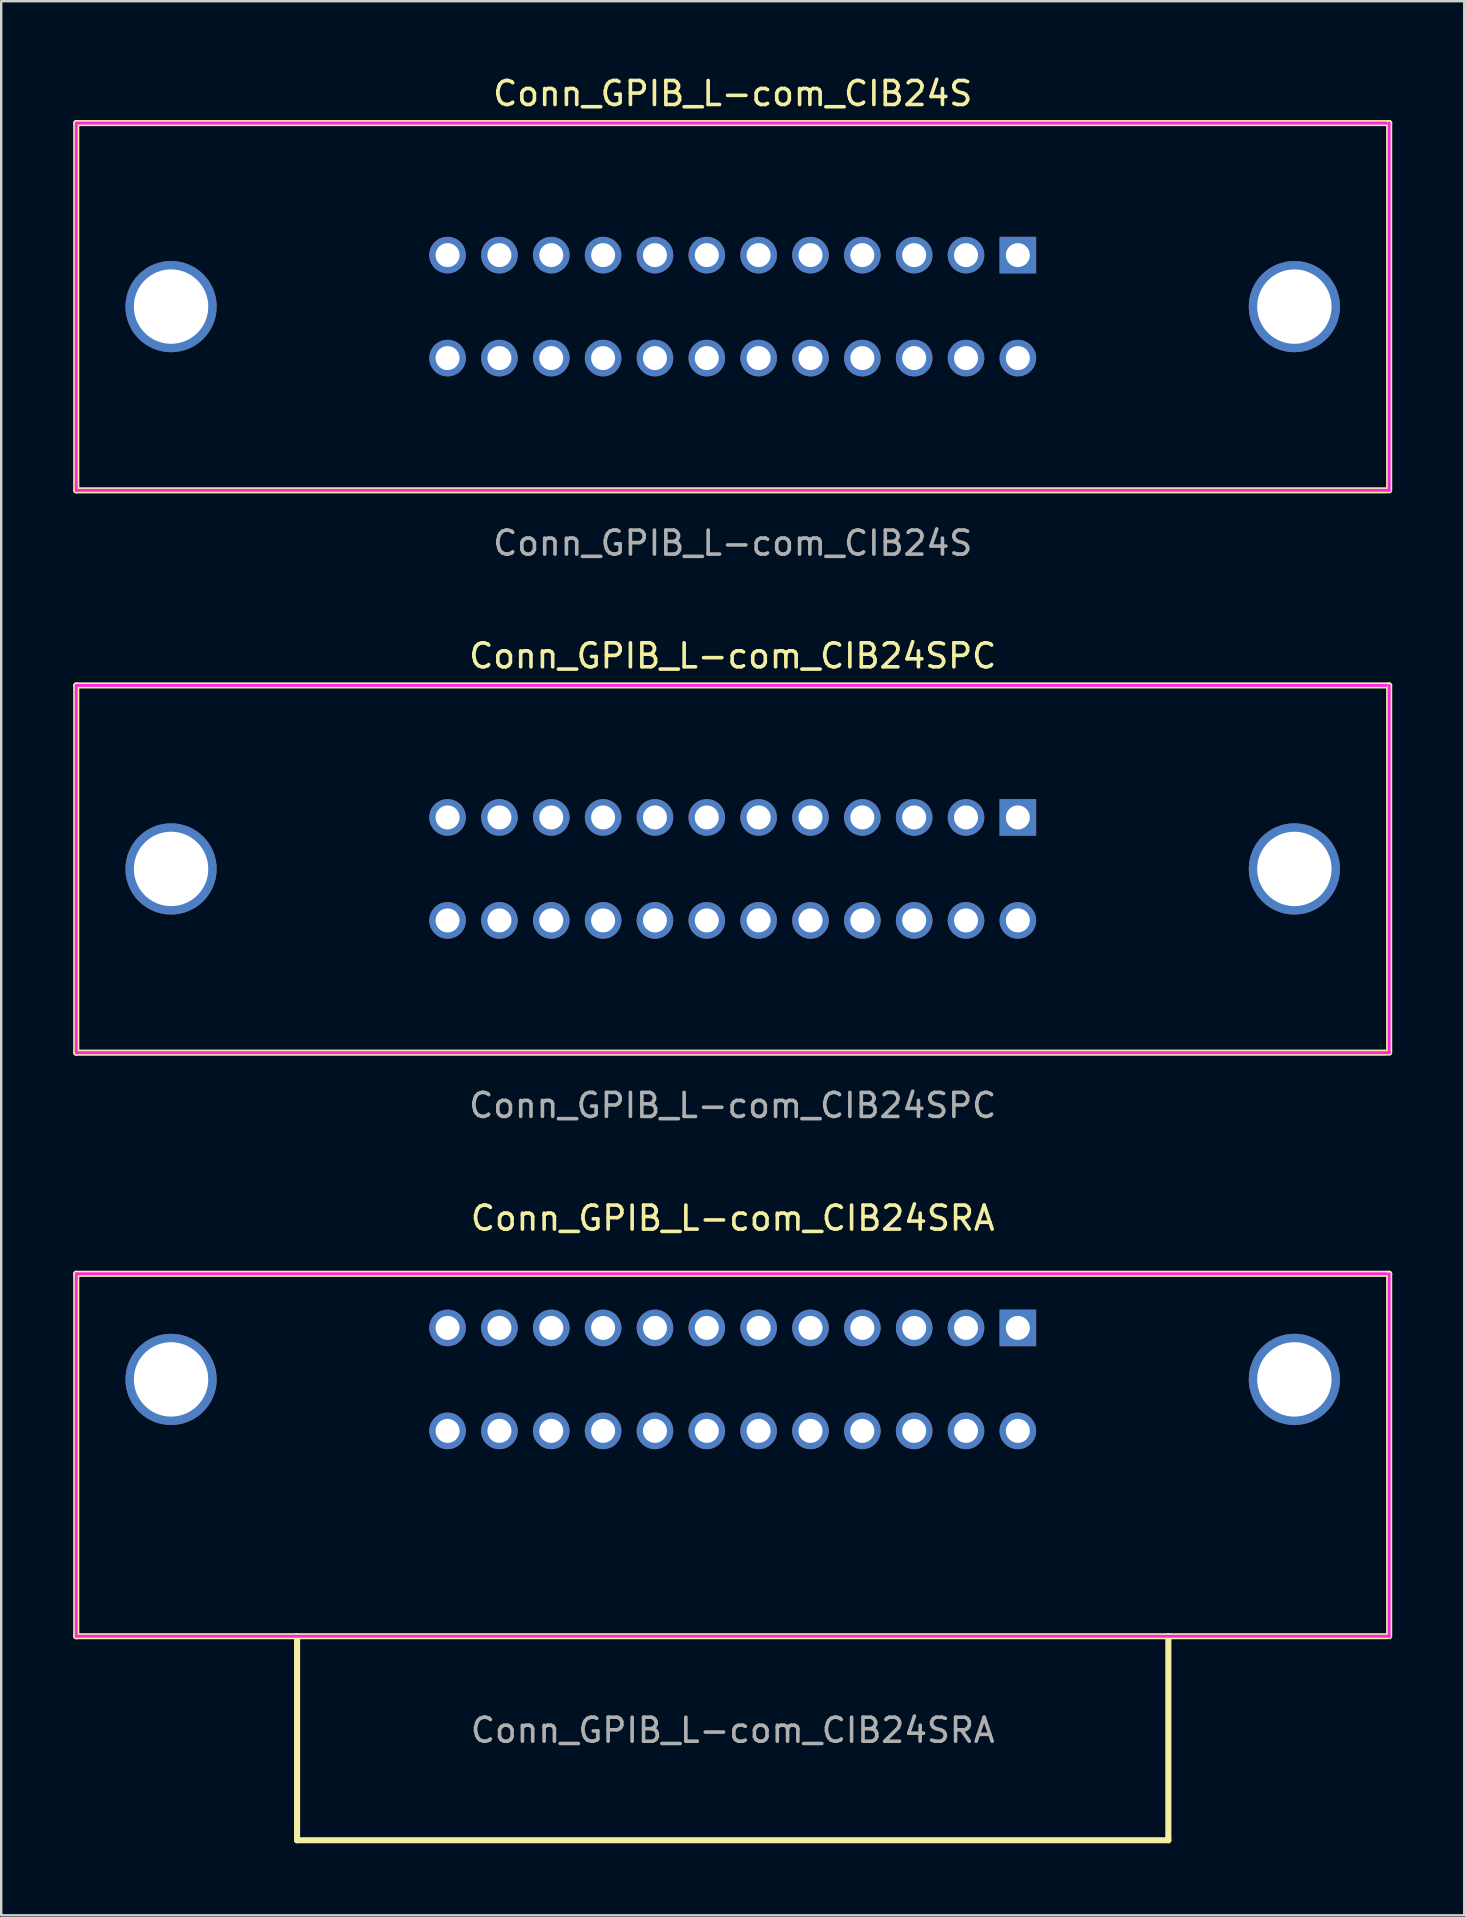
<source format=kicad_pcb>
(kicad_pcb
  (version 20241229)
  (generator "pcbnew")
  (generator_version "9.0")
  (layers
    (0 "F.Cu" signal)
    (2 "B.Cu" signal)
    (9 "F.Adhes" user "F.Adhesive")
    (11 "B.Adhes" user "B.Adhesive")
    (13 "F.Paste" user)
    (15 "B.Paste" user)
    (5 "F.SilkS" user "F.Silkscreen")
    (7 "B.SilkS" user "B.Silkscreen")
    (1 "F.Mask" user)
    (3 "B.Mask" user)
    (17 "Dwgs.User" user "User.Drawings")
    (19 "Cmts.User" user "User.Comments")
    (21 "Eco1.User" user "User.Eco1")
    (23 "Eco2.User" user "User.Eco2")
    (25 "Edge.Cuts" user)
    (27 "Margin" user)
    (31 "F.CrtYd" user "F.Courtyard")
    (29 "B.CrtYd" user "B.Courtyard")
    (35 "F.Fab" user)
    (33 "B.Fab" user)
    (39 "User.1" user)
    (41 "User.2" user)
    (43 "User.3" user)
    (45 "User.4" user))
  (footprint "Conn_GPIB_L-com_CIB24SRA"
    (layer "F.Cu")
    (at 39.357 52.275)
    (property "Reference" "Conn_GPIB_L-com_CIB24SRA" (at -11.88 -4.572 0) (unlocked yes) (layer "F.SilkS") (effects (font (size 1 1) (thickness 0.15))))
    (attr through_hole)
    (fp_line (start -39.23 -2.255) (end 15.47 -2.255) (stroke (width 0.254) (type solid)) (layer "F.SilkS"))
    (fp_line (start -39.23 12.845) (end -39.23 -2.255) (stroke (width 0.254) (type solid)) (layer "F.SilkS"))
    (fp_line (start -30.03 12.845) (end -30.03 21.345) (stroke (width 0.254) (type solid)) (layer "F.SilkS"))
    (fp_line (start -30.03 21.345) (end 6.27 21.345) (stroke (width 0.254) (type solid)) (layer "F.SilkS"))
    (fp_line (start 6.27 21.345) (end 6.27 12.845) (stroke (width 0.254) (type solid)) (layer "F.SilkS"))
    (fp_line (start 15.356 12.845) (end -39.23 12.845) (stroke (width 0.254) (type solid)) (layer "F.SilkS"))
    (fp_line (start 15.47 -2.255) (end 15.47 12.845) (stroke (width 0.254) (type solid)) (layer "F.SilkS"))
    (fp_line (start -39.23 -2.255) (end -39.23 12.845) (stroke (width 0.12) (type solid)) (layer "F.CrtYd"))
    (fp_line (start -39.23 -2.255) (end 15.356 -2.255) (stroke (width 0.12) (type solid)) (layer "F.CrtYd"))
    (fp_line (start -39.23 12.845) (end 15.47 12.845) (stroke (width 0.12) (type solid)) (layer "F.CrtYd"))
    (fp_line (start 15.47 -2.255) (end 15.47 12.845) (stroke (width 0.12) (type solid)) (layer "F.CrtYd"))
    (fp_text user "${REFERENCE}" (at -11.88 16.764 0) (unlocked yes) (layer "F.Fab") (effects (font (size 1 1) (thickness 0.15))))
    (pad "0" thru_hole circle (at -35.28 2.145) (size 3.8 3.8) (drill 3.1) (layers "*.Cu" "*.Mask"))
    (pad "0" thru_hole circle (at 11.52 2.145) (size 3.8 3.8) (drill 3.1) (layers "*.Cu" "*.Mask"))
    (pad "1" thru_hole rect (at 0 0) (size 1.524 1.524) (drill 1) (layers "*.Cu" "*.Mask"))
    (pad "2" thru_hole circle (at -2.16 0) (size 1.524 1.524) (drill 1) (layers "*.Cu" "*.Mask"))
    (pad "3" thru_hole circle (at -4.32 0) (size 1.524 1.524) (drill 1) (layers "*.Cu" "*.Mask"))
    (pad "4" thru_hole circle (at -6.48 0) (size 1.524 1.524) (drill 1) (layers "*.Cu" "*.Mask"))
    (pad "5" thru_hole circle (at -8.64 0) (size 1.524 1.524) (drill 1) (layers "*.Cu" "*.Mask"))
    (pad "6" thru_hole circle (at -10.8 0) (size 1.524 1.524) (drill 1) (layers "*.Cu" "*.Mask"))
    (pad "7" thru_hole circle (at -12.96 0) (size 1.524 1.524) (drill 1) (layers "*.Cu" "*.Mask"))
    (pad "8" thru_hole circle (at -15.12 0) (size 1.524 1.524) (drill 1) (layers "*.Cu" "*.Mask"))
    (pad "9" thru_hole circle (at -17.28 0) (size 1.524 1.524) (drill 1) (layers "*.Cu" "*.Mask"))
    (pad "10" thru_hole circle (at -19.44 0) (size 1.524 1.524) (drill 1) (layers "*.Cu" "*.Mask"))
    (pad "11" thru_hole circle (at -21.6 0) (size 1.524 1.524) (drill 1) (layers "*.Cu" "*.Mask"))
    (pad "12" thru_hole circle (at -23.76 0) (size 1.524 1.524) (drill 1) (layers "*.Cu" "*.Mask"))
    (pad "13" thru_hole circle (at 0 4.29) (size 1.524 1.524) (drill 1) (layers "*.Cu" "*.Mask"))
    (pad "14" thru_hole circle (at -2.16 4.29) (size 1.524 1.524) (drill 1) (layers "*.Cu" "*.Mask"))
    (pad "15" thru_hole circle (at -4.32 4.29) (size 1.524 1.524) (drill 1) (layers "*.Cu" "*.Mask"))
    (pad "16" thru_hole circle (at -6.48 4.29) (size 1.524 1.524) (drill 1) (layers "*.Cu" "*.Mask"))
    (pad "17" thru_hole circle (at -8.64 4.29) (size 1.524 1.524) (drill 1) (layers "*.Cu" "*.Mask"))
    (pad "18" thru_hole circle (at -10.8 4.29) (size 1.524 1.524) (drill 1) (layers "*.Cu" "*.Mask"))
    (pad "19" thru_hole circle (at -12.96 4.29) (size 1.524 1.524) (drill 1) (layers "*.Cu" "*.Mask"))
    (pad "20" thru_hole circle (at -15.12 4.29) (size 1.524 1.524) (drill 1) (layers "*.Cu" "*.Mask"))
    (pad "21" thru_hole circle (at -17.28 4.29) (size 1.524 1.524) (drill 1) (layers "*.Cu" "*.Mask"))
    (pad "22" thru_hole circle (at -19.44 4.29) (size 1.524 1.524) (drill 1) (layers "*.Cu" "*.Mask"))
    (pad "23" thru_hole circle (at -21.6 4.29) (size 1.524 1.524) (drill 1) (layers "*.Cu" "*.Mask"))
    (pad "24" thru_hole circle (at -23.76 4.29) (size 1.524 1.524) (drill 1) (layers "*.Cu" "*.Mask")))
  (footprint "Conn_GPIB_L-com_CIB24S"
    (layer "F.Cu")
    (at 39.357 7.579)
    (property "Reference" "Conn_GPIB_L-com_CIB24S" (at -11.88 -6.731 0) (unlocked yes) (layer "F.SilkS") (effects (font (size 1 1) (thickness 0.15))))
    (attr through_hole)
    (fp_line (start -39.23 -5.5) (end 15.47 -5.5) (stroke (width 0.254) (type solid)) (layer "F.SilkS"))
    (fp_line (start -39.23 9.8) (end -39.23 -5.5) (stroke (width 0.254) (type solid)) (layer "F.SilkS"))
    (fp_line (start 15.356 9.8) (end -39.23 9.8) (stroke (width 0.254) (type solid)) (layer "F.SilkS"))
    (fp_line (start 15.47 -5.5) (end 15.47 9.8) (stroke (width 0.254) (type solid)) (layer "F.SilkS"))
    (fp_line (start -39.23 -5.5) (end -39.23 9.8) (stroke (width 0.12) (type solid)) (layer "F.CrtYd"))
    (fp_line (start -39.23 -5.5) (end 15.356 -5.5) (stroke (width 0.12) (type solid)) (layer "F.CrtYd"))
    (fp_line (start -39.23 9.8) (end 15.47 9.8) (stroke (width 0.12) (type solid)) (layer "F.CrtYd"))
    (fp_line (start 15.47 -5.5) (end 15.47 9.8) (stroke (width 0.12) (type solid)) (layer "F.CrtYd"))
    (fp_text user "${REFERENCE}" (at -11.88 12 0) (unlocked yes) (layer "F.Fab") (effects (font (size 1 1) (thickness 0.15))))
    (pad "0" thru_hole circle (at -35.28 2.145) (size 3.8 3.8) (drill 3.1) (layers "*.Cu" "*.Mask"))
    (pad "0" thru_hole circle (at 11.52 2.145) (size 3.8 3.8) (drill 3.1) (layers "*.Cu" "*.Mask"))
    (pad "1" thru_hole rect (at 0 0) (size 1.524 1.524) (drill 1) (layers "*.Cu" "*.Mask"))
    (pad "2" thru_hole circle (at -2.16 0) (size 1.524 1.524) (drill 1) (layers "*.Cu" "*.Mask"))
    (pad "3" thru_hole circle (at -4.32 0) (size 1.524 1.524) (drill 1) (layers "*.Cu" "*.Mask"))
    (pad "4" thru_hole circle (at -6.48 0) (size 1.524 1.524) (drill 1) (layers "*.Cu" "*.Mask"))
    (pad "5" thru_hole circle (at -8.64 0) (size 1.524 1.524) (drill 1) (layers "*.Cu" "*.Mask"))
    (pad "6" thru_hole circle (at -10.8 0) (size 1.524 1.524) (drill 1) (layers "*.Cu" "*.Mask"))
    (pad "7" thru_hole circle (at -12.96 0) (size 1.524 1.524) (drill 1) (layers "*.Cu" "*.Mask"))
    (pad "8" thru_hole circle (at -15.12 0) (size 1.524 1.524) (drill 1) (layers "*.Cu" "*.Mask"))
    (pad "9" thru_hole circle (at -17.28 0) (size 1.524 1.524) (drill 1) (layers "*.Cu" "*.Mask"))
    (pad "10" thru_hole circle (at -19.44 0) (size 1.524 1.524) (drill 1) (layers "*.Cu" "*.Mask"))
    (pad "11" thru_hole circle (at -21.6 0) (size 1.524 1.524) (drill 1) (layers "*.Cu" "*.Mask"))
    (pad "12" thru_hole circle (at -23.76 0) (size 1.524 1.524) (drill 1) (layers "*.Cu" "*.Mask"))
    (pad "13" thru_hole circle (at 0 4.29) (size 1.524 1.524) (drill 1) (layers "*.Cu" "*.Mask"))
    (pad "14" thru_hole circle (at -2.16 4.29) (size 1.524 1.524) (drill 1) (layers "*.Cu" "*.Mask"))
    (pad "15" thru_hole circle (at -4.32 4.29) (size 1.524 1.524) (drill 1) (layers "*.Cu" "*.Mask"))
    (pad "16" thru_hole circle (at -6.48 4.29) (size 1.524 1.524) (drill 1) (layers "*.Cu" "*.Mask"))
    (pad "17" thru_hole circle (at -8.64 4.29) (size 1.524 1.524) (drill 1) (layers "*.Cu" "*.Mask"))
    (pad "18" thru_hole circle (at -10.8 4.29) (size 1.524 1.524) (drill 1) (layers "*.Cu" "*.Mask"))
    (pad "19" thru_hole circle (at -12.96 4.29) (size 1.524 1.524) (drill 1) (layers "*.Cu" "*.Mask"))
    (pad "20" thru_hole circle (at -15.12 4.29) (size 1.524 1.524) (drill 1) (layers "*.Cu" "*.Mask"))
    (pad "21" thru_hole circle (at -17.28 4.29) (size 1.524 1.524) (drill 1) (layers "*.Cu" "*.Mask"))
    (pad "22" thru_hole circle (at -19.44 4.29) (size 1.524 1.524) (drill 1) (layers "*.Cu" "*.Mask"))
    (pad "23" thru_hole circle (at -21.6 4.29) (size 1.524 1.524) (drill 1) (layers "*.Cu" "*.Mask"))
    (pad "24" thru_hole circle (at -23.76 4.29) (size 1.524 1.524) (drill 1) (layers "*.Cu" "*.Mask")))
  (footprint "Conn_GPIB_L-com_CIB24SPC"
    (layer "F.Cu")
    (at 39.357 31.007)
    (property "Reference" "Conn_GPIB_L-com_CIB24SPC" (at -11.88 -6.731 0) (unlocked yes) (layer "F.SilkS") (effects (font (size 1 1) (thickness 0.15))))
    (attr through_hole)
    (fp_line (start -39.23 -5.5) (end 15.47 -5.5) (stroke (width 0.254) (type solid)) (layer "F.SilkS"))
    (fp_line (start -39.23 9.8) (end -39.23 -5.5) (stroke (width 0.254) (type solid)) (layer "F.SilkS"))
    (fp_line (start 15.356 9.8) (end -39.23 9.8) (stroke (width 0.254) (type solid)) (layer "F.SilkS"))
    (fp_line (start 15.47 -5.5) (end 15.47 9.8) (stroke (width 0.254) (type solid)) (layer "F.SilkS"))
    (fp_line (start -39.23 -5.5) (end -39.23 9.8) (stroke (width 0.12) (type solid)) (layer "F.CrtYd"))
    (fp_line (start -39.23 -5.5) (end 15.356 -5.5) (stroke (width 0.12) (type solid)) (layer "F.CrtYd"))
    (fp_line (start -39.23 9.8) (end 15.47 9.8) (stroke (width 0.12) (type solid)) (layer "F.CrtYd"))
    (fp_line (start 15.47 -5.5) (end 15.47 9.8) (stroke (width 0.12) (type solid)) (layer "F.CrtYd"))
    (fp_text user "${REFERENCE}" (at -11.88 12 0) (unlocked yes) (layer "F.Fab") (effects (font (size 1 1) (thickness 0.15))))
    (pad "0" thru_hole circle (at -35.28 2.145) (size 3.8 3.8) (drill 3.1) (layers "*.Cu" "*.Mask"))
    (pad "0" thru_hole circle (at 11.52 2.145) (size 3.8 3.8) (drill 3.1) (layers "*.Cu" "*.Mask"))
    (pad "1" thru_hole rect (at 0 0) (size 1.524 1.524) (drill 1) (layers "*.Cu" "*.Mask"))
    (pad "2" thru_hole circle (at -2.16 0) (size 1.524 1.524) (drill 1) (layers "*.Cu" "*.Mask"))
    (pad "3" thru_hole circle (at -4.32 0) (size 1.524 1.524) (drill 1) (layers "*.Cu" "*.Mask"))
    (pad "4" thru_hole circle (at -6.48 0) (size 1.524 1.524) (drill 1) (layers "*.Cu" "*.Mask"))
    (pad "5" thru_hole circle (at -8.64 0) (size 1.524 1.524) (drill 1) (layers "*.Cu" "*.Mask"))
    (pad "6" thru_hole circle (at -10.8 0) (size 1.524 1.524) (drill 1) (layers "*.Cu" "*.Mask"))
    (pad "7" thru_hole circle (at -12.96 0) (size 1.524 1.524) (drill 1) (layers "*.Cu" "*.Mask"))
    (pad "8" thru_hole circle (at -15.12 0) (size 1.524 1.524) (drill 1) (layers "*.Cu" "*.Mask"))
    (pad "9" thru_hole circle (at -17.28 0) (size 1.524 1.524) (drill 1) (layers "*.Cu" "*.Mask"))
    (pad "10" thru_hole circle (at -19.44 0) (size 1.524 1.524) (drill 1) (layers "*.Cu" "*.Mask"))
    (pad "11" thru_hole circle (at -21.6 0) (size 1.524 1.524) (drill 1) (layers "*.Cu" "*.Mask"))
    (pad "12" thru_hole circle (at -23.76 0) (size 1.524 1.524) (drill 1) (layers "*.Cu" "*.Mask"))
    (pad "13" thru_hole circle (at 0 4.29) (size 1.524 1.524) (drill 1) (layers "*.Cu" "*.Mask"))
    (pad "14" thru_hole circle (at -2.16 4.29) (size 1.524 1.524) (drill 1) (layers "*.Cu" "*.Mask"))
    (pad "15" thru_hole circle (at -4.32 4.29) (size 1.524 1.524) (drill 1) (layers "*.Cu" "*.Mask"))
    (pad "16" thru_hole circle (at -6.48 4.29) (size 1.524 1.524) (drill 1) (layers "*.Cu" "*.Mask"))
    (pad "17" thru_hole circle (at -8.64 4.29) (size 1.524 1.524) (drill 1) (layers "*.Cu" "*.Mask"))
    (pad "18" thru_hole circle (at -10.8 4.29) (size 1.524 1.524) (drill 1) (layers "*.Cu" "*.Mask"))
    (pad "19" thru_hole circle (at -12.96 4.29) (size 1.524 1.524) (drill 1) (layers "*.Cu" "*.Mask"))
    (pad "20" thru_hole circle (at -15.12 4.29) (size 1.524 1.524) (drill 1) (layers "*.Cu" "*.Mask"))
    (pad "21" thru_hole circle (at -17.28 4.29) (size 1.524 1.524) (drill 1) (layers "*.Cu" "*.Mask"))
    (pad "22" thru_hole circle (at -19.44 4.29) (size 1.524 1.524) (drill 1) (layers "*.Cu" "*.Mask"))
    (pad "23" thru_hole circle (at -21.6 4.29) (size 1.524 1.524) (drill 1) (layers "*.Cu" "*.Mask"))
    (pad "24" thru_hole circle (at -23.76 4.29) (size 1.524 1.524) (drill 1) (layers "*.Cu" "*.Mask")))
  (gr_rect
    (start -3 -3)
    (end 57.954 76.747)
    (stroke (width 0.1) (type default))
    (fill no)
    (layer "Edge.Cuts")))
</source>
